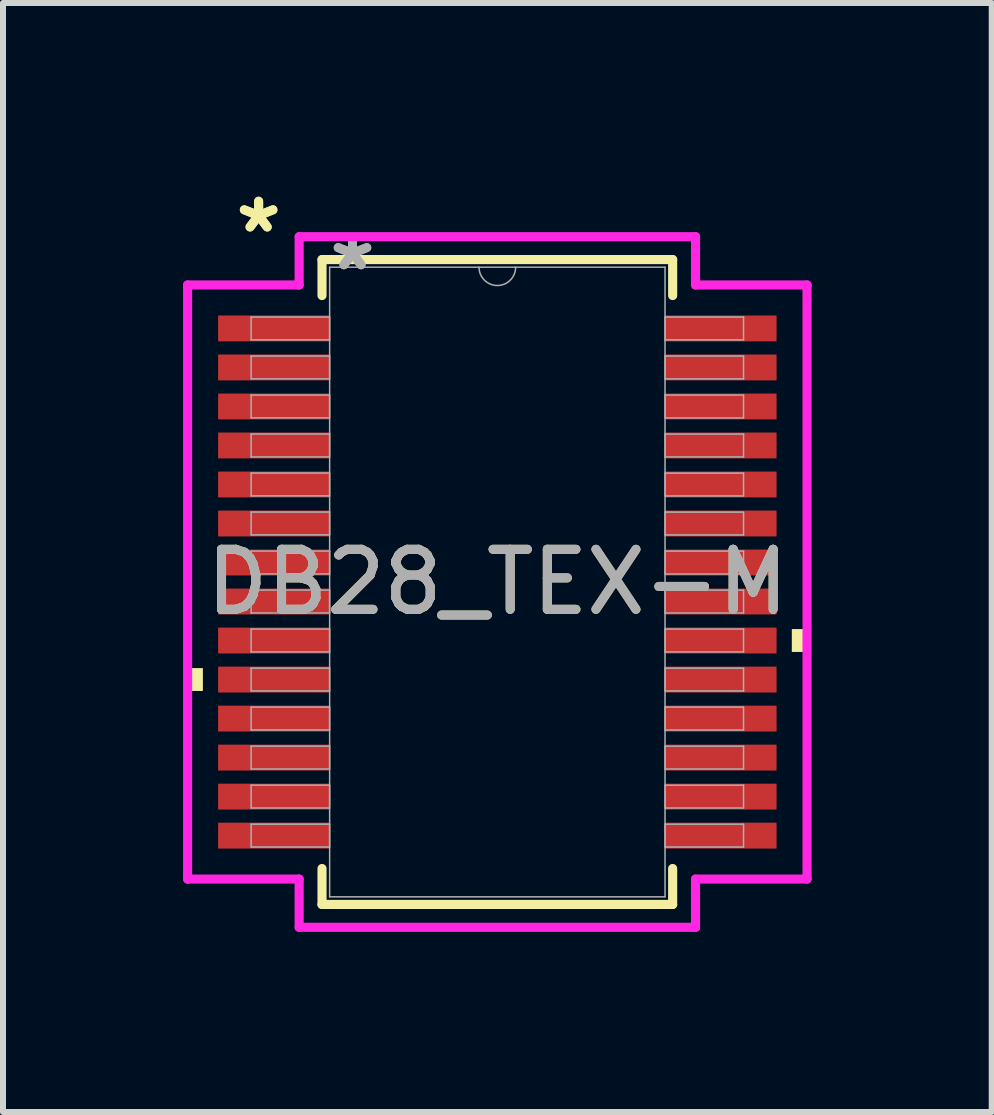
<source format=kicad_pcb>
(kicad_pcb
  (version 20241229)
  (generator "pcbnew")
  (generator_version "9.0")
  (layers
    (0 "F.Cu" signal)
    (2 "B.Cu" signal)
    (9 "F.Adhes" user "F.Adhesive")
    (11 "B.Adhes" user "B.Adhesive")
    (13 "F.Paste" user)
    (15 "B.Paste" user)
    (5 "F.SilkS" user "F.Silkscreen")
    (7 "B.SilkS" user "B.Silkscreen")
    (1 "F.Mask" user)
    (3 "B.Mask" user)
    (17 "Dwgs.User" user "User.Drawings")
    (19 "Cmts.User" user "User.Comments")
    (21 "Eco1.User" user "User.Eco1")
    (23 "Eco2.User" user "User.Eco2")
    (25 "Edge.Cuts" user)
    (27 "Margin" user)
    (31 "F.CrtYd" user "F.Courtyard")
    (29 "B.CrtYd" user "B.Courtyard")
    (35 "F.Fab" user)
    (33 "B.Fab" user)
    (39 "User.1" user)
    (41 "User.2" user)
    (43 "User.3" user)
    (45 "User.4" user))
  (footprint "DB28_TEX-M"
    (layer "F.Cu")
    (at 5.236 6.647)
    (property "Reference" "DB28_TEX-M" (at 0 0 0) (unlocked yes) (layer "F.SilkS") (effects (font (size 1 1) (thickness 0.15))))
    (attr smd)
    (fp_line (start -2.921 -5.372) (end -2.921 -4.773) (stroke (width 0.152) (type solid)) (layer "F.SilkS"))
    (fp_line (start -2.921 4.773) (end -2.921 5.372) (stroke (width 0.152) (type solid)) (layer "F.SilkS"))
    (fp_line (start -2.921 5.372) (end 2.921 5.372) (stroke (width 0.152) (type solid)) (layer "F.SilkS"))
    (fp_line (start 2.921 -5.372) (end -2.921 -5.372) (stroke (width 0.152) (type solid)) (layer "F.SilkS"))
    (fp_line (start 2.921 -4.773) (end 2.921 -5.372) (stroke (width 0.152) (type solid)) (layer "F.SilkS"))
    (fp_line (start 2.921 5.372) (end 2.921 4.773) (stroke (width 0.152) (type solid)) (layer "F.SilkS"))
    (fp_poly (pts (xy -5.16 1.434) (xy -5.16 1.815) (xy -4.906 1.815) (xy -4.906 1.434)) (stroke (width 0) (type solid)) (fill yes) (layer "F.SilkS"))
    (fp_poly (pts (xy 5.16 0.784) (xy 5.16 1.165) (xy 4.906 1.165) (xy 4.906 0.784)) (stroke (width 0) (type solid)) (fill yes) (layer "F.SilkS"))
    (fp_line (start -5.16 -4.949) (end -3.302 -4.949) (stroke (width 0.152) (type solid)) (layer "F.CrtYd"))
    (fp_line (start -5.16 4.949) (end -5.16 -4.949) (stroke (width 0.152) (type solid)) (layer "F.CrtYd"))
    (fp_line (start -5.16 4.949) (end -3.302 4.949) (stroke (width 0.152) (type solid)) (layer "F.CrtYd"))
    (fp_line (start -3.302 -5.753) (end 3.302 -5.753) (stroke (width 0.152) (type solid)) (layer "F.CrtYd"))
    (fp_line (start -3.302 -4.949) (end -3.302 -5.753) (stroke (width 0.152) (type solid)) (layer "F.CrtYd"))
    (fp_line (start -3.302 5.753) (end -3.302 4.949) (stroke (width 0.152) (type solid)) (layer "F.CrtYd"))
    (fp_line (start 3.302 -5.753) (end 3.302 -4.949) (stroke (width 0.152) (type solid)) (layer "F.CrtYd"))
    (fp_line (start 3.302 4.949) (end 3.302 5.753) (stroke (width 0.152) (type solid)) (layer "F.CrtYd"))
    (fp_line (start 3.302 5.753) (end -3.302 5.753) (stroke (width 0.152) (type solid)) (layer "F.CrtYd"))
    (fp_line (start 5.16 -4.949) (end 3.302 -4.949) (stroke (width 0.152) (type solid)) (layer "F.CrtYd"))
    (fp_line (start 5.16 -4.949) (end 5.16 4.949) (stroke (width 0.152) (type solid)) (layer "F.CrtYd"))
    (fp_line (start 5.16 4.949) (end 3.302 4.949) (stroke (width 0.152) (type solid)) (layer "F.CrtYd"))
    (fp_line (start -4.102 -4.415) (end -4.102 -4.035) (stroke (width 0.025) (type solid)) (layer "F.Fab"))
    (fp_line (start -4.102 -4.035) (end -2.794 -4.035) (stroke (width 0.025) (type solid)) (layer "F.Fab"))
    (fp_line (start -4.102 -3.765) (end -4.102 -3.385) (stroke (width 0.025) (type solid)) (layer "F.Fab"))
    (fp_line (start -4.102 -3.385) (end -2.794 -3.385) (stroke (width 0.025) (type solid)) (layer "F.Fab"))
    (fp_line (start -4.102 -3.115) (end -4.102 -2.735) (stroke (width 0.025) (type solid)) (layer "F.Fab"))
    (fp_line (start -4.102 -2.735) (end -2.794 -2.735) (stroke (width 0.025) (type solid)) (layer "F.Fab"))
    (fp_line (start -4.102 -2.466) (end -4.102 -2.084) (stroke (width 0.025) (type solid)) (layer "F.Fab"))
    (fp_line (start -4.102 -2.084) (end -2.794 -2.084) (stroke (width 0.025) (type solid)) (layer "F.Fab"))
    (fp_line (start -4.102 -1.816) (end -4.102 -1.435) (stroke (width 0.025) (type solid)) (layer "F.Fab"))
    (fp_line (start -4.102 -1.435) (end -2.794 -1.435) (stroke (width 0.025) (type solid)) (layer "F.Fab"))
    (fp_line (start -4.102 -1.166) (end -4.102 -0.785) (stroke (width 0.025) (type solid)) (layer "F.Fab"))
    (fp_line (start -4.102 -0.785) (end -2.794 -0.785) (stroke (width 0.025) (type solid)) (layer "F.Fab"))
    (fp_line (start -4.102 -0.516) (end -4.102 -0.135) (stroke (width 0.025) (type solid)) (layer "F.Fab"))
    (fp_line (start -4.102 -0.135) (end -2.794 -0.135) (stroke (width 0.025) (type solid)) (layer "F.Fab"))
    (fp_line (start -4.102 0.134) (end -4.102 0.515) (stroke (width 0.025) (type solid)) (layer "F.Fab"))
    (fp_line (start -4.102 0.515) (end -2.794 0.515) (stroke (width 0.025) (type solid)) (layer "F.Fab"))
    (fp_line (start -4.102 0.784) (end -4.102 1.165) (stroke (width 0.025) (type solid)) (layer "F.Fab"))
    (fp_line (start -4.102 1.165) (end -2.794 1.165) (stroke (width 0.025) (type solid)) (layer "F.Fab"))
    (fp_line (start -4.102 1.434) (end -4.102 1.815) (stroke (width 0.025) (type solid)) (layer "F.Fab"))
    (fp_line (start -4.102 1.815) (end -2.794 1.815) (stroke (width 0.025) (type solid)) (layer "F.Fab"))
    (fp_line (start -4.102 2.084) (end -4.102 2.465) (stroke (width 0.025) (type solid)) (layer "F.Fab"))
    (fp_line (start -4.102 2.465) (end -2.794 2.465) (stroke (width 0.025) (type solid)) (layer "F.Fab"))
    (fp_line (start -4.102 2.734) (end -4.102 3.115) (stroke (width 0.025) (type solid)) (layer "F.Fab"))
    (fp_line (start -4.102 3.115) (end -2.794 3.115) (stroke (width 0.025) (type solid)) (layer "F.Fab"))
    (fp_line (start -4.102 3.384) (end -4.102 3.765) (stroke (width 0.025) (type solid)) (layer "F.Fab"))
    (fp_line (start -4.102 3.765) (end -2.794 3.765) (stroke (width 0.025) (type solid)) (layer "F.Fab"))
    (fp_line (start -4.102 4.034) (end -4.102 4.415) (stroke (width 0.025) (type solid)) (layer "F.Fab"))
    (fp_line (start -4.102 4.415) (end -2.794 4.415) (stroke (width 0.025) (type solid)) (layer "F.Fab"))
    (fp_line (start -2.794 -5.245) (end -2.794 5.245) (stroke (width 0.025) (type solid)) (layer "F.Fab"))
    (fp_line (start -2.794 -4.415) (end -4.102 -4.415) (stroke (width 0.025) (type solid)) (layer "F.Fab"))
    (fp_line (start -2.794 -4.035) (end -2.794 -4.415) (stroke (width 0.025) (type solid)) (layer "F.Fab"))
    (fp_line (start -2.794 -3.765) (end -4.102 -3.765) (stroke (width 0.025) (type solid)) (layer "F.Fab"))
    (fp_line (start -2.794 -3.385) (end -2.794 -3.765) (stroke (width 0.025) (type solid)) (layer "F.Fab"))
    (fp_line (start -2.794 -3.115) (end -4.102 -3.115) (stroke (width 0.025) (type solid)) (layer "F.Fab"))
    (fp_line (start -2.794 -2.735) (end -2.794 -3.115) (stroke (width 0.025) (type solid)) (layer "F.Fab"))
    (fp_line (start -2.794 -2.466) (end -4.102 -2.466) (stroke (width 0.025) (type solid)) (layer "F.Fab"))
    (fp_line (start -2.794 -2.084) (end -2.794 -2.466) (stroke (width 0.025) (type solid)) (layer "F.Fab"))
    (fp_line (start -2.794 -1.816) (end -4.102 -1.816) (stroke (width 0.025) (type solid)) (layer "F.Fab"))
    (fp_line (start -2.794 -1.435) (end -2.794 -1.816) (stroke (width 0.025) (type solid)) (layer "F.Fab"))
    (fp_line (start -2.794 -1.166) (end -4.102 -1.166) (stroke (width 0.025) (type solid)) (layer "F.Fab"))
    (fp_line (start -2.794 -0.785) (end -2.794 -1.166) (stroke (width 0.025) (type solid)) (layer "F.Fab"))
    (fp_line (start -2.794 -0.516) (end -4.102 -0.516) (stroke (width 0.025) (type solid)) (layer "F.Fab"))
    (fp_line (start -2.794 -0.135) (end -2.794 -0.516) (stroke (width 0.025) (type solid)) (layer "F.Fab"))
    (fp_line (start -2.794 0.134) (end -4.102 0.134) (stroke (width 0.025) (type solid)) (layer "F.Fab"))
    (fp_line (start -2.794 0.515) (end -2.794 0.134) (stroke (width 0.025) (type solid)) (layer "F.Fab"))
    (fp_line (start -2.794 0.784) (end -4.102 0.784) (stroke (width 0.025) (type solid)) (layer "F.Fab"))
    (fp_line (start -2.794 1.165) (end -2.794 0.784) (stroke (width 0.025) (type solid)) (layer "F.Fab"))
    (fp_line (start -2.794 1.434) (end -4.102 1.434) (stroke (width 0.025) (type solid)) (layer "F.Fab"))
    (fp_line (start -2.794 1.815) (end -2.794 1.434) (stroke (width 0.025) (type solid)) (layer "F.Fab"))
    (fp_line (start -2.794 2.084) (end -4.102 2.084) (stroke (width 0.025) (type solid)) (layer "F.Fab"))
    (fp_line (start -2.794 2.465) (end -2.794 2.084) (stroke (width 0.025) (type solid)) (layer "F.Fab"))
    (fp_line (start -2.794 2.734) (end -4.102 2.734) (stroke (width 0.025) (type solid)) (layer "F.Fab"))
    (fp_line (start -2.794 3.115) (end -2.794 2.734) (stroke (width 0.025) (type solid)) (layer "F.Fab"))
    (fp_line (start -2.794 3.384) (end -4.102 3.384) (stroke (width 0.025) (type solid)) (layer "F.Fab"))
    (fp_line (start -2.794 3.765) (end -2.794 3.384) (stroke (width 0.025) (type solid)) (layer "F.Fab"))
    (fp_line (start -2.794 4.034) (end -4.102 4.034) (stroke (width 0.025) (type solid)) (layer "F.Fab"))
    (fp_line (start -2.794 4.415) (end -2.794 4.034) (stroke (width 0.025) (type solid)) (layer "F.Fab"))
    (fp_line (start -2.794 5.245) (end 2.794 5.245) (stroke (width 0.025) (type solid)) (layer "F.Fab"))
    (fp_line (start 2.794 -5.245) (end -2.794 -5.245) (stroke (width 0.025) (type solid)) (layer "F.Fab"))
    (fp_line (start 2.794 -4.415) (end 2.794 -4.034) (stroke (width 0.025) (type solid)) (layer "F.Fab"))
    (fp_line (start 2.794 -4.034) (end 4.102 -4.034) (stroke (width 0.025) (type solid)) (layer "F.Fab"))
    (fp_line (start 2.794 -3.765) (end 2.794 -3.384) (stroke (width 0.025) (type solid)) (layer "F.Fab"))
    (fp_line (start 2.794 -3.384) (end 4.102 -3.384) (stroke (width 0.025) (type solid)) (layer "F.Fab"))
    (fp_line (start 2.794 -3.115) (end 2.794 -2.734) (stroke (width 0.025) (type solid)) (layer "F.Fab"))
    (fp_line (start 2.794 -2.734) (end 4.102 -2.734) (stroke (width 0.025) (type solid)) (layer "F.Fab"))
    (fp_line (start 2.794 -2.465) (end 2.794 -2.084) (stroke (width 0.025) (type solid)) (layer "F.Fab"))
    (fp_line (start 2.794 -2.084) (end 4.102 -2.084) (stroke (width 0.025) (type solid)) (layer "F.Fab"))
    (fp_line (start 2.794 -1.815) (end 2.794 -1.434) (stroke (width 0.025) (type solid)) (layer "F.Fab"))
    (fp_line (start 2.794 -1.434) (end 4.102 -1.434) (stroke (width 0.025) (type solid)) (layer "F.Fab"))
    (fp_line (start 2.794 -1.165) (end 2.794 -0.784) (stroke (width 0.025) (type solid)) (layer "F.Fab"))
    (fp_line (start 2.794 -0.784) (end 4.102 -0.784) (stroke (width 0.025) (type solid)) (layer "F.Fab"))
    (fp_line (start 2.794 -0.515) (end 2.794 -0.134) (stroke (width 0.025) (type solid)) (layer "F.Fab"))
    (fp_line (start 2.794 -0.134) (end 4.102 -0.134) (stroke (width 0.025) (type solid)) (layer "F.Fab"))
    (fp_line (start 2.794 0.135) (end 2.794 0.516) (stroke (width 0.025) (type solid)) (layer "F.Fab"))
    (fp_line (start 2.794 0.516) (end 4.102 0.516) (stroke (width 0.025) (type solid)) (layer "F.Fab"))
    (fp_line (start 2.794 0.784) (end 2.794 1.165) (stroke (width 0.025) (type solid)) (layer "F.Fab"))
    (fp_line (start 2.794 1.165) (end 4.102 1.165) (stroke (width 0.025) (type solid)) (layer "F.Fab"))
    (fp_line (start 2.794 1.435) (end 2.794 1.815) (stroke (width 0.025) (type solid)) (layer "F.Fab"))
    (fp_line (start 2.794 1.815) (end 4.102 1.815) (stroke (width 0.025) (type solid)) (layer "F.Fab"))
    (fp_line (start 2.794 2.084) (end 2.794 2.466) (stroke (width 0.025) (type solid)) (layer "F.Fab"))
    (fp_line (start 2.794 2.466) (end 4.102 2.466) (stroke (width 0.025) (type solid)) (layer "F.Fab"))
    (fp_line (start 2.794 2.735) (end 2.794 3.115) (stroke (width 0.025) (type solid)) (layer "F.Fab"))
    (fp_line (start 2.794 3.115) (end 4.102 3.115) (stroke (width 0.025) (type solid)) (layer "F.Fab"))
    (fp_line (start 2.794 3.385) (end 2.794 3.765) (stroke (width 0.025) (type solid)) (layer "F.Fab"))
    (fp_line (start 2.794 3.765) (end 4.102 3.765) (stroke (width 0.025) (type solid)) (layer "F.Fab"))
    (fp_line (start 2.794 4.035) (end 2.794 4.415) (stroke (width 0.025) (type solid)) (layer "F.Fab"))
    (fp_line (start 2.794 4.415) (end 4.102 4.415) (stroke (width 0.025) (type solid)) (layer "F.Fab"))
    (fp_line (start 2.794 5.245) (end 2.794 -5.245) (stroke (width 0.025) (type solid)) (layer "F.Fab"))
    (fp_line (start 4.102 -4.415) (end 2.794 -4.415) (stroke (width 0.025) (type solid)) (layer "F.Fab"))
    (fp_line (start 4.102 -4.034) (end 4.102 -4.415) (stroke (width 0.025) (type solid)) (layer "F.Fab"))
    (fp_line (start 4.102 -3.765) (end 2.794 -3.765) (stroke (width 0.025) (type solid)) (layer "F.Fab"))
    (fp_line (start 4.102 -3.384) (end 4.102 -3.765) (stroke (width 0.025) (type solid)) (layer "F.Fab"))
    (fp_line (start 4.102 -3.115) (end 2.794 -3.115) (stroke (width 0.025) (type solid)) (layer "F.Fab"))
    (fp_line (start 4.102 -2.734) (end 4.102 -3.115) (stroke (width 0.025) (type solid)) (layer "F.Fab"))
    (fp_line (start 4.102 -2.465) (end 2.794 -2.465) (stroke (width 0.025) (type solid)) (layer "F.Fab"))
    (fp_line (start 4.102 -2.084) (end 4.102 -2.465) (stroke (width 0.025) (type solid)) (layer "F.Fab"))
    (fp_line (start 4.102 -1.815) (end 2.794 -1.815) (stroke (width 0.025) (type solid)) (layer "F.Fab"))
    (fp_line (start 4.102 -1.434) (end 4.102 -1.815) (stroke (width 0.025) (type solid)) (layer "F.Fab"))
    (fp_line (start 4.102 -1.165) (end 2.794 -1.165) (stroke (width 0.025) (type solid)) (layer "F.Fab"))
    (fp_line (start 4.102 -0.784) (end 4.102 -1.165) (stroke (width 0.025) (type solid)) (layer "F.Fab"))
    (fp_line (start 4.102 -0.515) (end 2.794 -0.515) (stroke (width 0.025) (type solid)) (layer "F.Fab"))
    (fp_line (start 4.102 -0.134) (end 4.102 -0.515) (stroke (width 0.025) (type solid)) (layer "F.Fab"))
    (fp_line (start 4.102 0.135) (end 2.794 0.135) (stroke (width 0.025) (type solid)) (layer "F.Fab"))
    (fp_line (start 4.102 0.516) (end 4.102 0.135) (stroke (width 0.025) (type solid)) (layer "F.Fab"))
    (fp_line (start 4.102 0.784) (end 2.794 0.784) (stroke (width 0.025) (type solid)) (layer "F.Fab"))
    (fp_line (start 4.102 1.165) (end 4.102 0.784) (stroke (width 0.025) (type solid)) (layer "F.Fab"))
    (fp_line (start 4.102 1.435) (end 2.794 1.435) (stroke (width 0.025) (type solid)) (layer "F.Fab"))
    (fp_line (start 4.102 1.815) (end 4.102 1.435) (stroke (width 0.025) (type solid)) (layer "F.Fab"))
    (fp_line (start 4.102 2.084) (end 2.794 2.084) (stroke (width 0.025) (type solid)) (layer "F.Fab"))
    (fp_line (start 4.102 2.466) (end 4.102 2.084) (stroke (width 0.025) (type solid)) (layer "F.Fab"))
    (fp_line (start 4.102 2.735) (end 2.794 2.735) (stroke (width 0.025) (type solid)) (layer "F.Fab"))
    (fp_line (start 4.102 3.115) (end 4.102 2.735) (stroke (width 0.025) (type solid)) (layer "F.Fab"))
    (fp_line (start 4.102 3.385) (end 2.794 3.385) (stroke (width 0.025) (type solid)) (layer "F.Fab"))
    (fp_line (start 4.102 3.765) (end 4.102 3.385) (stroke (width 0.025) (type solid)) (layer "F.Fab"))
    (fp_line (start 4.102 4.035) (end 2.794 4.035) (stroke (width 0.025) (type solid)) (layer "F.Fab"))
    (fp_line (start 4.102 4.415) (end 4.102 4.035) (stroke (width 0.025) (type solid)) (layer "F.Fab"))
    (fp_arc (start 0.3048 -5.2451) (mid 0 -4.9403) (end -0.3048 -5.2451) (stroke (width 0.0254) (type solid)) (layer "F.Fab"))
    (fp_text user "*" (at -3.977 -5.799 0) (unlocked yes) (layer "F.SilkS") (effects (font (size 1 1) (thickness 0.15))))
    (fp_text user "*" (at -3.977 -5.799 0) (layer "F.SilkS") (effects (font (size 1 1) (thickness 0.15))))
    (fp_text user "${REFERENCE}" (at 0 0 0) (unlocked yes) (layer "F.Fab") (effects (font (size 1 1) (thickness 0.15))))
    (fp_text user "*" (at -2.413 -5.169 0) (layer "F.Fab") (effects (font (size 1 1) (thickness 0.15))))
    (fp_text user "*" (at -2.413 -5.169 0) (unlocked yes) (layer "F.Fab") (effects (font (size 1 1) (thickness 0.15))))
    (pad "1" smd rect (at -3.723 -4.225) (size 1.858 0.431) (layers "F.Cu" "F.Mask" "F.Paste"))
    (pad "2" smd rect (at -3.723 -3.575) (size 1.858 0.431) (layers "F.Cu" "F.Mask" "F.Paste"))
    (pad "3" smd rect (at -3.723 -2.925) (size 1.858 0.431) (layers "F.Cu" "F.Mask" "F.Paste"))
    (pad "4" smd rect (at -3.723 -2.275) (size 1.858 0.431) (layers "F.Cu" "F.Mask" "F.Paste"))
    (pad "5" smd rect (at -3.723 -1.625) (size 1.858 0.431) (layers "F.Cu" "F.Mask" "F.Paste"))
    (pad "6" smd rect (at -3.723 -0.975) (size 1.858 0.431) (layers "F.Cu" "F.Mask" "F.Paste"))
    (pad "7" smd rect (at -3.723 -0.325) (size 1.858 0.431) (layers "F.Cu" "F.Mask" "F.Paste"))
    (pad "8" smd rect (at -3.723 0.325) (size 1.858 0.431) (layers "F.Cu" "F.Mask" "F.Paste"))
    (pad "9" smd rect (at -3.723 0.975) (size 1.858 0.431) (layers "F.Cu" "F.Mask" "F.Paste"))
    (pad "10" smd rect (at -3.723 1.625) (size 1.858 0.431) (layers "F.Cu" "F.Mask" "F.Paste"))
    (pad "11" smd rect (at -3.723 2.275) (size 1.858 0.431) (layers "F.Cu" "F.Mask" "F.Paste"))
    (pad "12" smd rect (at -3.723 2.925) (size 1.858 0.431) (layers "F.Cu" "F.Mask" "F.Paste"))
    (pad "13" smd rect (at -3.723 3.575) (size 1.858 0.431) (layers "F.Cu" "F.Mask" "F.Paste"))
    (pad "14" smd rect (at -3.723 4.225) (size 1.858 0.431) (layers "F.Cu" "F.Mask" "F.Paste"))
    (pad "15" smd rect (at 3.723 4.225) (size 1.858 0.431) (layers "F.Cu" "F.Mask" "F.Paste"))
    (pad "16" smd rect (at 3.723 3.575) (size 1.858 0.431) (layers "F.Cu" "F.Mask" "F.Paste"))
    (pad "17" smd rect (at 3.723 2.925) (size 1.858 0.431) (layers "F.Cu" "F.Mask" "F.Paste"))
    (pad "18" smd rect (at 3.723 2.275) (size 1.858 0.431) (layers "F.Cu" "F.Mask" "F.Paste"))
    (pad "19" smd rect (at 3.723 1.625) (size 1.858 0.431) (layers "F.Cu" "F.Mask" "F.Paste"))
    (pad "20" smd rect (at 3.723 0.975) (size 1.858 0.431) (layers "F.Cu" "F.Mask" "F.Paste"))
    (pad "21" smd rect (at 3.723 0.325) (size 1.858 0.431) (layers "F.Cu" "F.Mask" "F.Paste"))
    (pad "22" smd rect (at 3.723 -0.325) (size 1.858 0.431) (layers "F.Cu" "F.Mask" "F.Paste"))
    (pad "23" smd rect (at 3.723 -0.975) (size 1.858 0.431) (layers "F.Cu" "F.Mask" "F.Paste"))
    (pad "24" smd rect (at 3.723 -1.625) (size 1.858 0.431) (layers "F.Cu" "F.Mask" "F.Paste"))
    (pad "25" smd rect (at 3.723 -2.275) (size 1.858 0.431) (layers "F.Cu" "F.Mask" "F.Paste"))
    (pad "26" smd rect (at 3.723 -2.925) (size 1.858 0.431) (layers "F.Cu" "F.Mask" "F.Paste"))
    (pad "27" smd rect (at 3.723 -3.575) (size 1.858 0.431) (layers "F.Cu" "F.Mask" "F.Paste"))
    (pad "28" smd rect (at 3.723 -4.225) (size 1.858 0.431) (layers "F.Cu" "F.Mask" "F.Paste")))
  (gr_rect
    (start -3 -3)
    (end 13.473 15.477)
    (stroke (width 0.1) (type default))
    (fill no)
    (layer "Edge.Cuts")))
</source>
